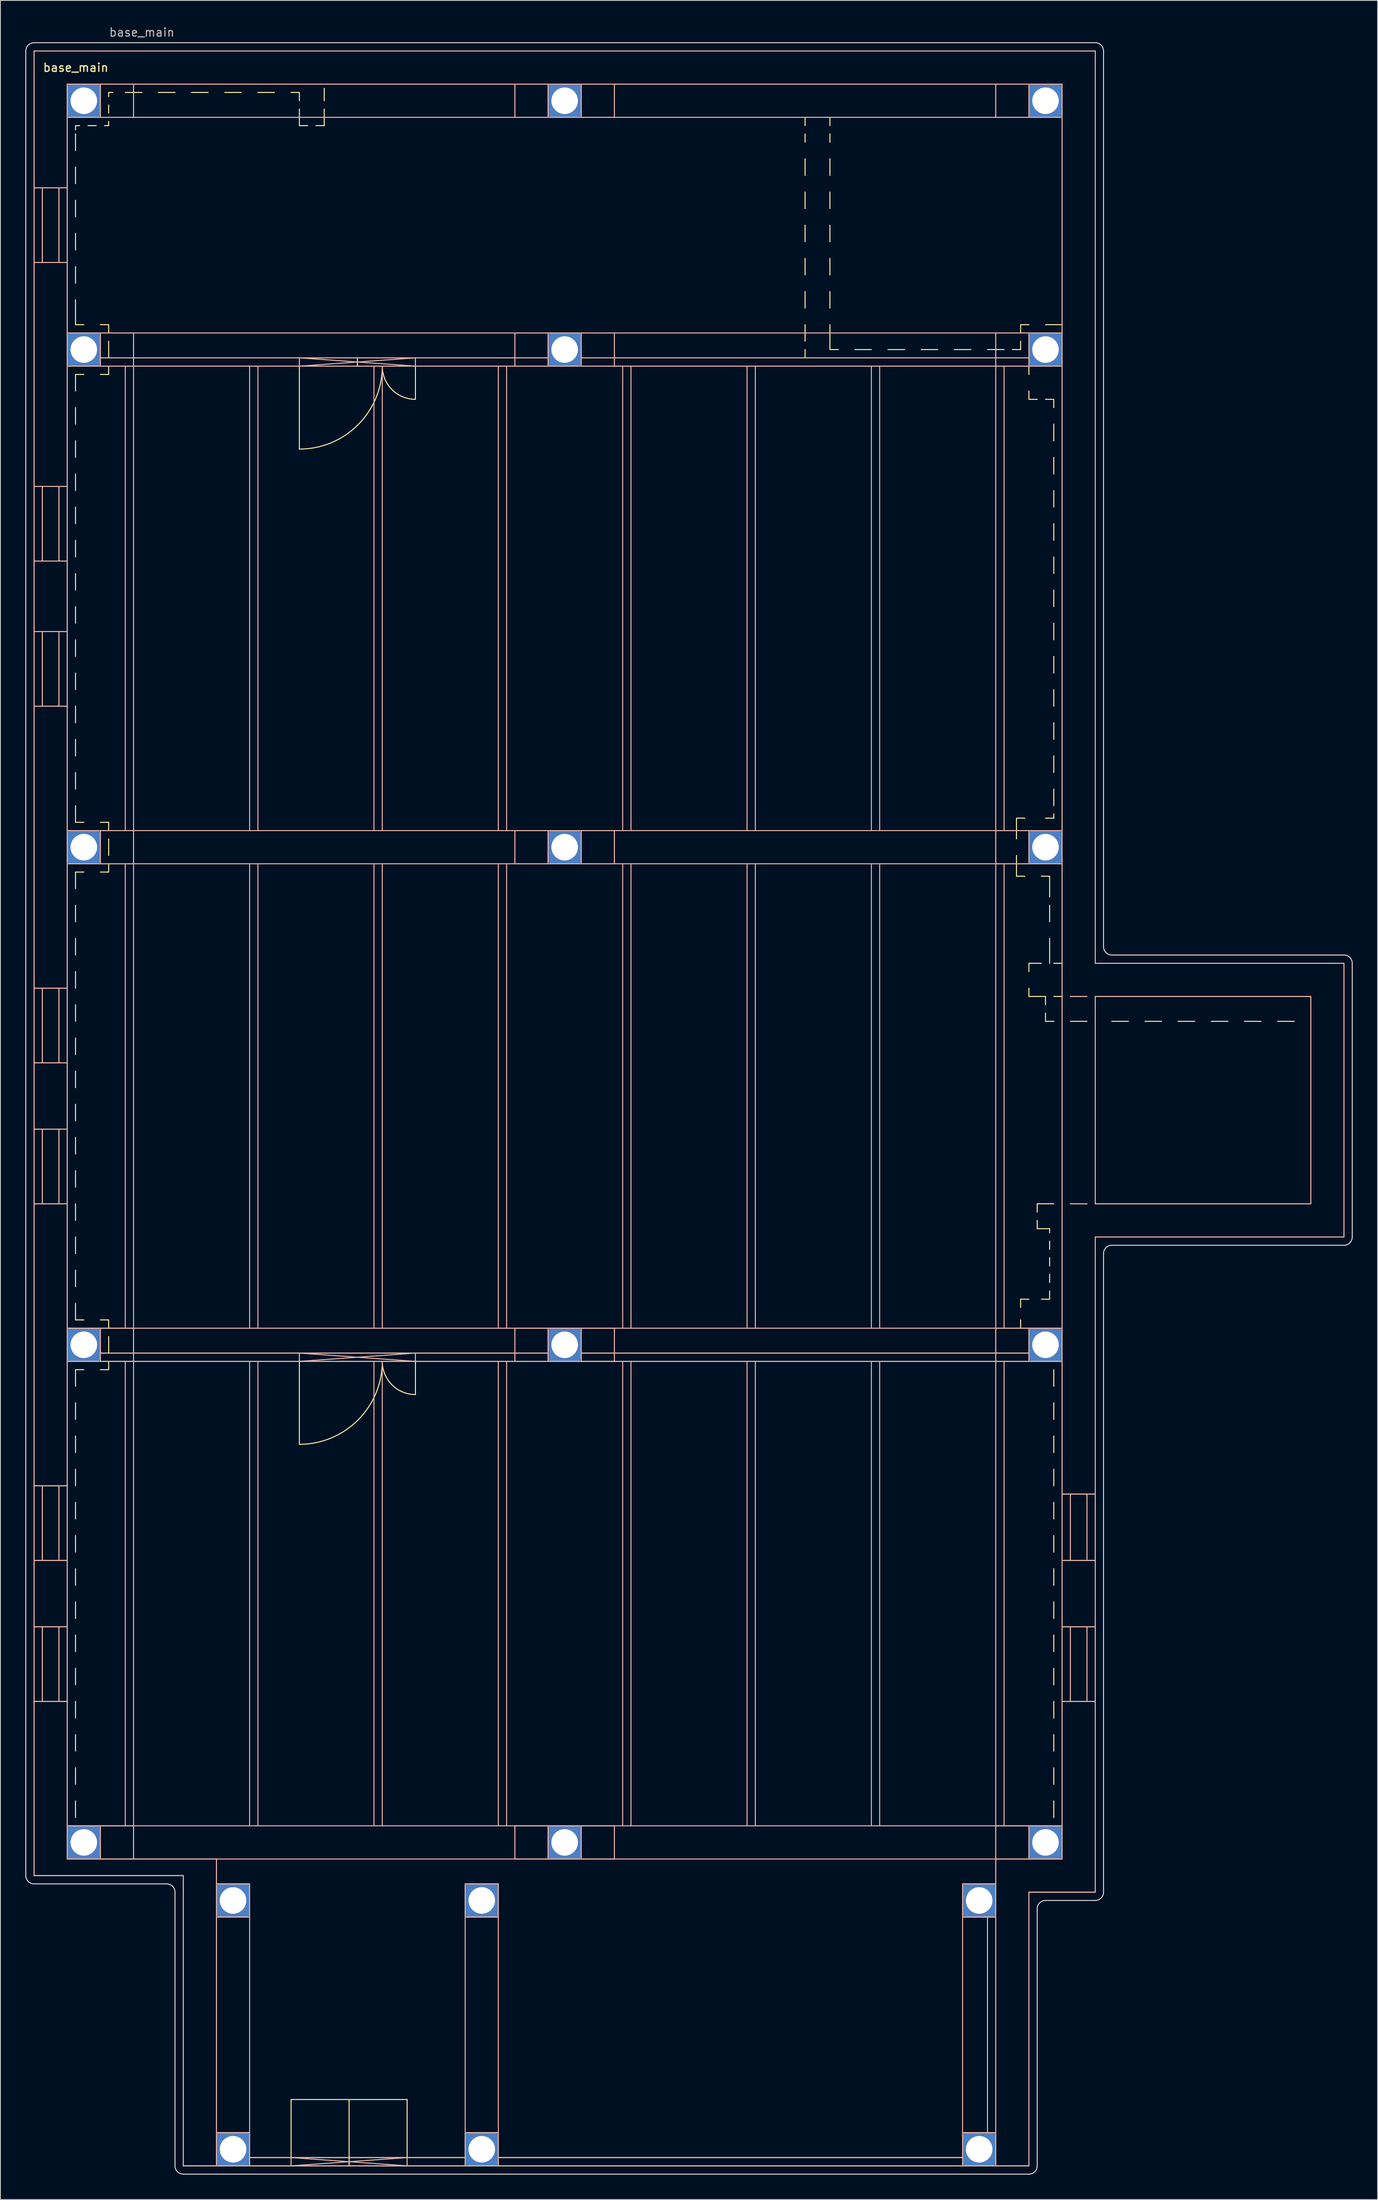
<source format=kicad_pcb>
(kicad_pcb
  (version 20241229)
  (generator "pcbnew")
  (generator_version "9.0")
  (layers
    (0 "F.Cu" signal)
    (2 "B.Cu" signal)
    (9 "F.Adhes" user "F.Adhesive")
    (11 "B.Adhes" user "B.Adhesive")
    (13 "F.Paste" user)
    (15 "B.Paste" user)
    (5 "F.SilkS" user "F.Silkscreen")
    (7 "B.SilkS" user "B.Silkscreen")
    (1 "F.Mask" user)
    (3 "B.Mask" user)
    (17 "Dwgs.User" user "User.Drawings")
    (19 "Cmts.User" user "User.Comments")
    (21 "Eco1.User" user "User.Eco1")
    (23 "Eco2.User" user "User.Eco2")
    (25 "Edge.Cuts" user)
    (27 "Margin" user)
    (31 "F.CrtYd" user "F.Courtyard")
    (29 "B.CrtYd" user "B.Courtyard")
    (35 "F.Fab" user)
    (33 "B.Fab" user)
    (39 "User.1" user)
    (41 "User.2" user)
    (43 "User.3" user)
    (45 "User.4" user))
  (footprint "base_main"
    (layer "F.Cu")
    (at 5.06 7.098)
    (property "Reference" "base_main" (at -3 -2 0) (unlocked yes) (layer "F.SilkS") (effects (font (size 1 1) (thickness 0.15)) (justify left)))
    (attr smd)
    (fp_line (start -4 -4) (end 124 -4) (stroke (width 0.12) (type solid)) (layer "F.SilkS"))
    (fp_line (start -4 216) (end -4 -4) (stroke (width 0.12) (type solid)) (layer "F.SilkS"))
    (fp_line (start -4 216) (end 14 216) (stroke (width 0.12) (type solid)) (layer "F.SilkS"))
    (fp_line (start -3 12.5) (end -3 21.5) (stroke (width 0.12) (type solid)) (layer "F.SilkS"))
    (fp_line (start -3 57.5) (end -3 48.5) (stroke (width 0.12) (type solid)) (layer "F.SilkS"))
    (fp_line (start -3 75) (end -3 66) (stroke (width 0.12) (type solid)) (layer "F.SilkS"))
    (fp_line (start -3 109) (end -3 118) (stroke (width 0.12) (type solid)) (layer "F.SilkS"))
    (fp_line (start -3 135) (end -3 126) (stroke (width 0.12) (type solid)) (layer "F.SilkS"))
    (fp_line (start -3 178) (end -3 169) (stroke (width 0.12) (type solid)) (layer "F.SilkS"))
    (fp_line (start -3 195) (end -3 186) (stroke (width 0.12) (type solid)) (layer "F.SilkS"))
    (fp_line (start -1 12.5) (end -1 21.5) (stroke (width 0.12) (type solid)) (layer "F.SilkS"))
    (fp_line (start -1 48.5) (end -1 57.5) (stroke (width 0.12) (type solid)) (layer "F.SilkS"))
    (fp_line (start -1 66) (end -1 75) (stroke (width 0.12) (type solid)) (layer "F.SilkS"))
    (fp_line (start -1 118) (end -1 109) (stroke (width 0.12) (type solid)) (layer "F.SilkS"))
    (fp_line (start -1 135) (end -1 126) (stroke (width 0.12) (type solid)) (layer "F.SilkS"))
    (fp_line (start -1 178) (end -1 169) (stroke (width 0.12) (type solid)) (layer "F.SilkS"))
    (fp_line (start -1 195) (end -1 186) (stroke (width 0.12) (type solid)) (layer "F.SilkS"))
    (fp_line (start 0 12.5) (end -4 12.5) (stroke (width 0.12) (type solid)) (layer "F.SilkS"))
    (fp_line (start 0 21.5) (end -4 21.5) (stroke (width 0.12) (type solid)) (layer "F.SilkS"))
    (fp_line (start 0 30) (end 0 4) (stroke (width 0.12) (type solid)) (layer "F.SilkS"))
    (fp_line (start 0 48.5) (end -4 48.5) (stroke (width 0.12) (type solid)) (layer "F.SilkS"))
    (fp_line (start 0 57.5) (end -4 57.5) (stroke (width 0.12) (type solid)) (layer "F.SilkS"))
    (fp_line (start 0 66) (end -4 66) (stroke (width 0.12) (type solid)) (layer "F.SilkS"))
    (fp_line (start 0 75) (end -4 75) (stroke (width 0.12) (type solid)) (layer "F.SilkS"))
    (fp_line (start 0 90) (end 0 34) (stroke (width 0.12) (type solid)) (layer "F.SilkS"))
    (fp_line (start 0 109) (end -4 109) (stroke (width 0.12) (type solid)) (layer "F.SilkS"))
    (fp_line (start 0 118) (end -4 118) (stroke (width 0.12) (type solid)) (layer "F.SilkS"))
    (fp_line (start 0 126) (end -4 126) (stroke (width 0.12) (type solid)) (layer "F.SilkS"))
    (fp_line (start 0 135) (end -4 135) (stroke (width 0.12) (type solid)) (layer "F.SilkS"))
    (fp_line (start 0 150) (end 0 94) (stroke (width 0.12) (type solid)) (layer "F.SilkS"))
    (fp_line (start 0 169) (end -4 169) (stroke (width 0.12) (type solid)) (layer "F.SilkS"))
    (fp_line (start 0 178) (end -4 178) (stroke (width 0.12) (type solid)) (layer "F.SilkS"))
    (fp_line (start 0 186) (end -4 186) (stroke (width 0.12) (type solid)) (layer "F.SilkS"))
    (fp_line (start 0 195) (end -4 195) (stroke (width 0.12) (type solid)) (layer "F.SilkS"))
    (fp_line (start 0 210) (end 0 154) (stroke (width 0.12) (type solid)) (layer "F.SilkS"))
    (fp_line (start 1 5) (end 1.5 5) (stroke (width 0.12) (type solid)) (layer "F.SilkS"))
    (fp_line (start 1 5.5) (end 1 5) (stroke (width 0.12) (type solid)) (layer "F.SilkS"))
    (fp_line (start 1 8) (end 1 6) (stroke (width 0.12) (type solid)) (layer "F.SilkS"))
    (fp_line (start 1 12) (end 1 10) (stroke (width 0.12) (type solid)) (layer "F.SilkS"))
    (fp_line (start 1 16) (end 1 14) (stroke (width 0.12) (type solid)) (layer "F.SilkS"))
    (fp_line (start 1 20) (end 1 18) (stroke (width 0.12) (type solid)) (layer "F.SilkS"))
    (fp_line (start 1 24) (end 1 22) (stroke (width 0.12) (type solid)) (layer "F.SilkS"))
    (fp_line (start 1 28) (end 1 26) (stroke (width 0.12) (type solid)) (layer "F.SilkS"))
    (fp_line (start 1 29) (end 1 28) (stroke (width 0.12) (type solid)) (layer "F.SilkS"))
    (fp_line (start 1 35) (end 2 35) (stroke (width 0.12) (type solid)) (layer "F.SilkS"))
    (fp_line (start 1 37) (end 1 35) (stroke (width 0.12) (type solid)) (layer "F.SilkS"))
    (fp_line (start 1 41) (end 1 39) (stroke (width 0.12) (type solid)) (layer "F.SilkS"))
    (fp_line (start 1 45) (end 1 43) (stroke (width 0.12) (type solid)) (layer "F.SilkS"))
    (fp_line (start 1 49) (end 1 47) (stroke (width 0.12) (type solid)) (layer "F.SilkS"))
    (fp_line (start 1 53) (end 1 51) (stroke (width 0.12) (type solid)) (layer "F.SilkS"))
    (fp_line (start 1 57) (end 1 55) (stroke (width 0.12) (type solid)) (layer "F.SilkS"))
    (fp_line (start 1 61) (end 1 59) (stroke (width 0.12) (type solid)) (layer "F.SilkS"))
    (fp_line (start 1 65) (end 1 63) (stroke (width 0.12) (type solid)) (layer "F.SilkS"))
    (fp_line (start 1 69) (end 1 67) (stroke (width 0.12) (type solid)) (layer "F.SilkS"))
    (fp_line (start 1 73) (end 1 71) (stroke (width 0.12) (type solid)) (layer "F.SilkS"))
    (fp_line (start 1 77) (end 1 75) (stroke (width 0.12) (type solid)) (layer "F.SilkS"))
    (fp_line (start 1 81) (end 1 79) (stroke (width 0.12) (type solid)) (layer "F.SilkS"))
    (fp_line (start 1 85) (end 1 83) (stroke (width 0.12) (type solid)) (layer "F.SilkS"))
    (fp_line (start 1 89) (end 1 87) (stroke (width 0.12) (type solid)) (layer "F.SilkS"))
    (fp_line (start 1 89) (end 2 89) (stroke (width 0.12) (type solid)) (layer "F.SilkS"))
    (fp_line (start 1 97) (end 1 95) (stroke (width 0.12) (type solid)) (layer "F.SilkS"))
    (fp_line (start 1 101) (end 1 99) (stroke (width 0.12) (type solid)) (layer "F.SilkS"))
    (fp_line (start 1 105) (end 1 103) (stroke (width 0.12) (type solid)) (layer "F.SilkS"))
    (fp_line (start 1 109) (end 1 107) (stroke (width 0.12) (type solid)) (layer "F.SilkS"))
    (fp_line (start 1 113) (end 1 111) (stroke (width 0.12) (type solid)) (layer "F.SilkS"))
    (fp_line (start 1 117) (end 1 115) (stroke (width 0.12) (type solid)) (layer "F.SilkS"))
    (fp_line (start 1 121) (end 1 119) (stroke (width 0.12) (type solid)) (layer "F.SilkS"))
    (fp_line (start 1 125) (end 1 123) (stroke (width 0.12) (type solid)) (layer "F.SilkS"))
    (fp_line (start 1 127) (end 1 129) (stroke (width 0.12) (type solid)) (layer "F.SilkS"))
    (fp_line (start 1 133) (end 1 131) (stroke (width 0.12) (type solid)) (layer "F.SilkS"))
    (fp_line (start 1 137) (end 1 135) (stroke (width 0.12) (type solid)) (layer "F.SilkS"))
    (fp_line (start 1 141) (end 1 139) (stroke (width 0.12) (type solid)) (layer "F.SilkS"))
    (fp_line (start 1 145) (end 1 143) (stroke (width 0.12) (type solid)) (layer "F.SilkS"))
    (fp_line (start 1 149) (end 1 147) (stroke (width 0.12) (type solid)) (layer "F.SilkS"))
    (fp_line (start 1 149) (end 2 149) (stroke (width 0.12) (type solid)) (layer "F.SilkS"))
    (fp_line (start 1 157) (end 1 155) (stroke (width 0.12) (type solid)) (layer "F.SilkS"))
    (fp_line (start 1 161) (end 1 159) (stroke (width 0.12) (type solid)) (layer "F.SilkS"))
    (fp_line (start 1 165) (end 1 163) (stroke (width 0.12) (type solid)) (layer "F.SilkS"))
    (fp_line (start 1 169) (end 1 167) (stroke (width 0.12) (type solid)) (layer "F.SilkS"))
    (fp_line (start 1 173) (end 1 171) (stroke (width 0.12) (type solid)) (layer "F.SilkS"))
    (fp_line (start 1 177) (end 1 175) (stroke (width 0.12) (type solid)) (layer "F.SilkS"))
    (fp_line (start 1 181) (end 1 179) (stroke (width 0.12) (type solid)) (layer "F.SilkS"))
    (fp_line (start 1 185) (end 1 183) (stroke (width 0.12) (type solid)) (layer "F.SilkS"))
    (fp_line (start 1 189) (end 1 187) (stroke (width 0.12) (type solid)) (layer "F.SilkS"))
    (fp_line (start 1 193) (end 1 191) (stroke (width 0.12) (type solid)) (layer "F.SilkS"))
    (fp_line (start 1 197) (end 1 195) (stroke (width 0.12) (type solid)) (layer "F.SilkS"))
    (fp_line (start 1 201) (end 1 199) (stroke (width 0.12) (type solid)) (layer "F.SilkS"))
    (fp_line (start 1 205) (end 1 203) (stroke (width 0.12) (type solid)) (layer "F.SilkS"))
    (fp_line (start 1 209) (end 1 207) (stroke (width 0.12) (type solid)) (layer "F.SilkS"))
    (fp_line (start 2 29) (end 1 29) (stroke (width 0.12) (type solid)) (layer "F.SilkS"))
    (fp_line (start 2 95) (end 1 95) (stroke (width 0.12) (type solid)) (layer "F.SilkS"))
    (fp_line (start 2 155) (end 1 155) (stroke (width 0.12) (type solid)) (layer "F.SilkS"))
    (fp_line (start 2.5 5) (end 3.5 5) (stroke (width 0.12) (type solid)) (layer "F.SilkS"))
    (fp_line (start 4 0) (end 58 0) (stroke (width 0.12) (type solid)) (layer "F.SilkS"))
    (fp_line (start 4 4) (end 8 4) (stroke (width 0.12) (type solid)) (layer "F.SilkS"))
    (fp_line (start 4 30) (end 8 30) (stroke (width 0.12) (type solid)) (layer "F.SilkS"))
    (fp_line (start 4 34) (end 58 34) (stroke (width 0.12) (type solid)) (layer "F.SilkS"))
    (fp_line (start 4 35) (end 5 35) (stroke (width 0.12) (type solid)) (layer "F.SilkS"))
    (fp_line (start 4 89) (end 5 89) (stroke (width 0.12) (type solid)) (layer "F.SilkS"))
    (fp_line (start 4 90) (end 8 90) (stroke (width 0.12) (type solid)) (layer "F.SilkS"))
    (fp_line (start 4 149) (end 5 149) (stroke (width 0.12) (type solid)) (layer "F.SilkS"))
    (fp_line (start 4 150) (end 8 150) (stroke (width 0.12) (type solid)) (layer "F.SilkS"))
    (fp_line (start 4 154) (end 54 154) (stroke (width 0.12) (type solid)) (layer "F.SilkS"))
    (fp_line (start 4 210) (end 8 210) (stroke (width 0.12) (type solid)) (layer "F.SilkS"))
    (fp_line (start 4.5 5) (end 5 5) (stroke (width 0.12) (type solid)) (layer "F.SilkS"))
    (fp_line (start 5 1) (end 5.5 1) (stroke (width 0.12) (type solid)) (layer "F.SilkS"))
    (fp_line (start 5 1.5) (end 5 1) (stroke (width 0.12) (type solid)) (layer "F.SilkS"))
    (fp_line (start 5 3.5) (end 5 2.5) (stroke (width 0.12) (type solid)) (layer "F.SilkS"))
    (fp_line (start 5 5) (end 5 4.5) (stroke (width 0.12) (type solid)) (layer "F.SilkS"))
    (fp_line (start 5 29) (end 4 29) (stroke (width 0.12) (type solid)) (layer "F.SilkS"))
    (fp_line (start 5 30) (end 5 29) (stroke (width 0.12) (type solid)) (layer "F.SilkS"))
    (fp_line (start 5 33) (end 5 31) (stroke (width 0.12) (type solid)) (layer "F.SilkS"))
    (fp_line (start 5 35) (end 5 34) (stroke (width 0.12) (type solid)) (layer "F.SilkS"))
    (fp_line (start 5 89) (end 5 90) (stroke (width 0.12) (type solid)) (layer "F.SilkS"))
    (fp_line (start 5 91) (end 5 93) (stroke (width 0.12) (type solid)) (layer "F.SilkS"))
    (fp_line (start 5 94) (end 5 95) (stroke (width 0.12) (type solid)) (layer "F.SilkS"))
    (fp_line (start 5 95) (end 4 95) (stroke (width 0.12) (type solid)) (layer "F.SilkS"))
    (fp_line (start 5 149) (end 5 150) (stroke (width 0.12) (type solid)) (layer "F.SilkS"))
    (fp_line (start 5 151) (end 5 153) (stroke (width 0.12) (type solid)) (layer "F.SilkS"))
    (fp_line (start 5 154) (end 5 155) (stroke (width 0.12) (type solid)) (layer "F.SilkS"))
    (fp_line (start 5 155) (end 4 155) (stroke (width 0.12) (type solid)) (layer "F.SilkS"))
    (fp_line (start 7 1) (end 9 1) (stroke (width 0.12) (type solid)) (layer "F.SilkS"))
    (fp_line (start 8 4) (end 8 0) (stroke (width 0.12) (type solid)) (layer "F.SilkS"))
    (fp_line (start 8 30) (end 8 32) (stroke (width 0.12) (type solid)) (layer "F.SilkS"))
    (fp_line (start 8 32) (end 8 34) (stroke (width 0.12) (type solid)) (layer "F.SilkS"))
    (fp_line (start 8 90) (end 8 94) (stroke (width 0.12) (type solid)) (layer "F.SilkS"))
    (fp_line (start 8 94) (end 4 94) (stroke (width 0.12) (type solid)) (layer "F.SilkS"))
    (fp_line (start 8 150) (end 8 151) (stroke (width 0.12) (type solid)) (layer "F.SilkS"))
    (fp_line (start 8 151) (end 8 153) (stroke (width 0.12) (type solid)) (layer "F.SilkS"))
    (fp_line (start 8 153) (end 8 154) (stroke (width 0.12) (type solid)) (layer "F.SilkS"))
    (fp_line (start 8 154) (end 4 154) (stroke (width 0.12) (type solid)) (layer "F.SilkS"))
    (fp_line (start 8 210) (end 8 212) (stroke (width 0.12) (type solid)) (layer "F.SilkS"))
    (fp_line (start 8 212) (end 8 214) (stroke (width 0.12) (type solid)) (layer "F.SilkS"))
    (fp_line (start 8 214) (end 4 214) (stroke (width 0.12) (type solid)) (layer "F.SilkS"))
    (fp_line (start 11 1) (end 13 1) (stroke (width 0.12) (type solid)) (layer "F.SilkS"))
    (fp_line (start 14 216) (end 14 251) (stroke (width 0.12) (type solid)) (layer "F.SilkS"))
    (fp_line (start 15 1) (end 17 1) (stroke (width 0.12) (type solid)) (layer "F.SilkS"))
    (fp_line (start 18 214) (end 8 214) (stroke (width 0.12) (type solid)) (layer "F.SilkS"))
    (fp_line (start 18 217) (end 18 214) (stroke (width 0.12) (type solid)) (layer "F.SilkS"))
    (fp_line (start 18 221) (end 18 247) (stroke (width 0.12) (type solid)) (layer "F.SilkS"))
    (fp_line (start 18 251) (end 14 251) (stroke (width 0.12) (type solid)) (layer "F.SilkS"))
    (fp_line (start 19 1) (end 21 1) (stroke (width 0.12) (type solid)) (layer "F.SilkS"))
    (fp_line (start 22 250) (end 48 250) (stroke (width 0.12) (type solid)) (layer "F.SilkS"))
    (fp_line (start 22 251) (end 48 251) (stroke (width 0.12) (type solid)) (layer "F.SilkS"))
    (fp_line (start 23 1) (end 25 1) (stroke (width 0.12) (type solid)) (layer "F.SilkS"))
    (fp_line (start 27 1) (end 28 1) (stroke (width 0.12) (type solid)) (layer "F.SilkS"))
    (fp_line (start 27 243) (end 27 250) (stroke (width 0.12) (type solid)) (layer "F.SilkS"))
    (fp_line (start 27 250) (end 27 251) (stroke (width 0.12) (type solid)) (layer "F.SilkS"))
    (fp_line (start 28 2) (end 28 1) (stroke (width 0.12) (type solid)) (layer "F.SilkS"))
    (fp_line (start 28 5) (end 28 3) (stroke (width 0.12) (type solid)) (layer "F.SilkS"))
    (fp_line (start 28 33) (end 28 34) (stroke (width 0.12) (type solid)) (layer "F.SilkS"))
    (fp_line (start 28 44) (end 28 34) (stroke (width 0.12) (type solid)) (layer "F.SilkS"))
    (fp_line (start 28 154) (end 28 153) (stroke (width 0.12) (type solid)) (layer "F.SilkS"))
    (fp_line (start 28 164) (end 28 154) (stroke (width 0.12) (type solid)) (layer "F.SilkS"))
    (fp_line (start 29 5) (end 28 5) (stroke (width 0.12) (type solid)) (layer "F.SilkS"))
    (fp_line (start 31 0.5) (end 31 1) (stroke (width 0.12) (type solid)) (layer "F.SilkS"))
    (fp_line (start 31 1) (end 31 2) (stroke (width 0.12) (type solid)) (layer "F.SilkS"))
    (fp_line (start 31 3) (end 31 5) (stroke (width 0.12) (type solid)) (layer "F.SilkS"))
    (fp_line (start 31 5) (end 30 5) (stroke (width 0.12) (type solid)) (layer "F.SilkS"))
    (fp_line (start 34 243) (end 34 251) (stroke (width 0.12) (type solid)) (layer "F.SilkS"))
    (fp_line (start 35 33) (end 35 34) (stroke (width 0.12) (type solid)) (layer "F.SilkS"))
    (fp_line (start 41 243) (end 27 243) (stroke (width 0.12) (type solid)) (layer "F.SilkS"))
    (fp_line (start 41 250) (end 41 243) (stroke (width 0.12) (type solid)) (layer "F.SilkS"))
    (fp_line (start 41 250) (end 41 251) (stroke (width 0.12) (type solid)) (layer "F.SilkS"))
    (fp_line (start 42 33) (end 42 34) (stroke (width 0.12) (type solid)) (layer "F.SilkS"))
    (fp_line (start 42 38) (end 42 34) (stroke (width 0.12) (type solid)) (layer "F.SilkS"))
    (fp_line (start 42 153) (end 42 154) (stroke (width 0.12) (type solid)) (layer "F.SilkS"))
    (fp_line (start 42 154) (end 42 158) (stroke (width 0.12) (type solid)) (layer "F.SilkS"))
    (fp_line (start 52 251) (end 108 251) (stroke (width 0.12) (type solid)) (layer "F.SilkS"))
    (fp_line (start 54 0) (end 54 4) (stroke (width 0.12) (type solid)) (layer "F.SilkS"))
    (fp_line (start 54 4) (end 58 4) (stroke (width 0.12) (type solid)) (layer "F.SilkS"))
    (fp_line (start 54 30) (end 54 32) (stroke (width 0.12) (type solid)) (layer "F.SilkS"))
    (fp_line (start 54 32) (end 54 34) (stroke (width 0.12) (type solid)) (layer "F.SilkS"))
    (fp_line (start 54 90) (end 54 94) (stroke (width 0.12) (type solid)) (layer "F.SilkS"))
    (fp_line (start 54 94) (end 58 94) (stroke (width 0.12) (type solid)) (layer "F.SilkS"))
    (fp_line (start 54 150) (end 54 151) (stroke (width 0.12) (type solid)) (layer "F.SilkS"))
    (fp_line (start 54 151) (end 54 153) (stroke (width 0.12) (type solid)) (layer "F.SilkS"))
    (fp_line (start 54 153) (end 54 154) (stroke (width 0.12) (type solid)) (layer "F.SilkS"))
    (fp_line (start 54 154) (end 58 154) (stroke (width 0.12) (type solid)) (layer "F.SilkS"))
    (fp_line (start 54 210) (end 58 210) (stroke (width 0.12) (type solid)) (layer "F.SilkS"))
    (fp_line (start 54 214) (end 54 210) (stroke (width 0.12) (type solid)) (layer "F.SilkS"))
    (fp_line (start 58 30) (end 54 30) (stroke (width 0.12) (type solid)) (layer "F.SilkS"))
    (fp_line (start 58 33) (end 4 33) (stroke (width 0.12) (type solid)) (layer "F.SilkS"))
    (fp_line (start 58 90) (end 54 90) (stroke (width 0.12) (type solid)) (layer "F.SilkS"))
    (fp_line (start 58 150) (end 54 150) (stroke (width 0.12) (type solid)) (layer "F.SilkS"))
    (fp_line (start 58 153) (end 4 153) (stroke (width 0.12) (type solid)) (layer "F.SilkS"))
    (fp_line (start 58 214) (end 54 214) (stroke (width 0.12) (type solid)) (layer "F.SilkS"))
    (fp_line (start 62 0) (end 116 0) (stroke (width 0.12) (type solid)) (layer "F.SilkS"))
    (fp_line (start 62 4) (end 66 4) (stroke (width 0.12) (type solid)) (layer "F.SilkS"))
    (fp_line (start 62 30) (end 66 30) (stroke (width 0.12) (type solid)) (layer "F.SilkS"))
    (fp_line (start 62 34) (end 116 34) (stroke (width 0.12) (type solid)) (layer "F.SilkS"))
    (fp_line (start 62 90) (end 66 90) (stroke (width 0.12) (type solid)) (layer "F.SilkS"))
    (fp_line (start 62 94) (end 66 94) (stroke (width 0.12) (type solid)) (layer "F.SilkS"))
    (fp_line (start 62 154) (end 66 154) (stroke (width 0.12) (type solid)) (layer "F.SilkS"))
    (fp_line (start 62 154) (end 112 154) (stroke (width 0.12) (type solid)) (layer "F.SilkS"))
    (fp_line (start 62 210) (end 66 210) (stroke (width 0.12) (type solid)) (layer "F.SilkS"))
    (fp_line (start 66 4) (end 66 0) (stroke (width 0.12) (type solid)) (layer "F.SilkS"))
    (fp_line (start 66 30) (end 66 32) (stroke (width 0.12) (type solid)) (layer "F.SilkS"))
    (fp_line (start 66 32) (end 66 34) (stroke (width 0.12) (type solid)) (layer "F.SilkS"))
    (fp_line (start 66 90) (end 66 94) (stroke (width 0.12) (type solid)) (layer "F.SilkS"))
    (fp_line (start 66 150) (end 62 150) (stroke (width 0.12) (type solid)) (layer "F.SilkS"))
    (fp_line (start 66 151) (end 66 150) (stroke (width 0.12) (type solid)) (layer "F.SilkS"))
    (fp_line (start 66 151) (end 66 153) (stroke (width 0.12) (type solid)) (layer "F.SilkS"))
    (fp_line (start 66 154) (end 66 153) (stroke (width 0.12) (type solid)) (layer "F.SilkS"))
    (fp_line (start 66 210) (end 66 214) (stroke (width 0.12) (type solid)) (layer "F.SilkS"))
    (fp_line (start 66 214) (end 62 214) (stroke (width 0.12) (type solid)) (layer "F.SilkS"))
    (fp_line (start 89 4) (end 90 4) (stroke (width 0.12) (type solid)) (layer "F.SilkS"))
    (fp_line (start 89 5) (end 89 4) (stroke (width 0.12) (type solid)) (layer "F.SilkS"))
    (fp_line (start 89 6) (end 89 7) (stroke (width 0.12) (type solid)) (layer "F.SilkS"))
    (fp_line (start 89 9) (end 89 11) (stroke (width 0.12) (type solid)) (layer "F.SilkS"))
    (fp_line (start 89 13) (end 89 15) (stroke (width 0.12) (type solid)) (layer "F.SilkS"))
    (fp_line (start 89 17) (end 89 19) (stroke (width 0.12) (type solid)) (layer "F.SilkS"))
    (fp_line (start 89 21) (end 89 23) (stroke (width 0.12) (type solid)) (layer "F.SilkS"))
    (fp_line (start 89 25) (end 89 27) (stroke (width 0.12) (type solid)) (layer "F.SilkS"))
    (fp_line (start 89 29) (end 89 31) (stroke (width 0.12) (type solid)) (layer "F.SilkS"))
    (fp_line (start 89 32) (end 89 33) (stroke (width 0.12) (type solid)) (layer "F.SilkS"))
    (fp_line (start 91 4) (end 92 4) (stroke (width 0.12) (type solid)) (layer "F.SilkS"))
    (fp_line (start 92 4) (end 92 5) (stroke (width 0.12) (type solid)) (layer "F.SilkS"))
    (fp_line (start 92 6) (end 92 7) (stroke (width 0.12) (type solid)) (layer "F.SilkS"))
    (fp_line (start 92 9) (end 92 11) (stroke (width 0.12) (type solid)) (layer "F.SilkS"))
    (fp_line (start 92 13) (end 92 15) (stroke (width 0.12) (type solid)) (layer "F.SilkS"))
    (fp_line (start 92 17) (end 92 19) (stroke (width 0.12) (type solid)) (layer "F.SilkS"))
    (fp_line (start 92 21) (end 92 23) (stroke (width 0.12) (type solid)) (layer "F.SilkS"))
    (fp_line (start 92 25) (end 92 27) (stroke (width 0.12) (type solid)) (layer "F.SilkS"))
    (fp_line (start 92 29) (end 92 32) (stroke (width 0.12) (type solid)) (layer "F.SilkS"))
    (fp_line (start 92 32) (end 93 32) (stroke (width 0.12) (type solid)) (layer "F.SilkS"))
    (fp_line (start 95 32) (end 97 32) (stroke (width 0.12) (type solid)) (layer "F.SilkS"))
    (fp_line (start 99 32) (end 101 32) (stroke (width 0.12) (type solid)) (layer "F.SilkS"))
    (fp_line (start 103 32) (end 105 32) (stroke (width 0.12) (type solid)) (layer "F.SilkS"))
    (fp_line (start 107 32) (end 109 32) (stroke (width 0.12) (type solid)) (layer "F.SilkS"))
    (fp_line (start 108 250) (end 52 250) (stroke (width 0.12) (type solid)) (layer "F.SilkS"))
    (fp_line (start 111 32) (end 113 32) (stroke (width 0.12) (type solid)) (layer "F.SilkS"))
    (fp_line (start 111 247) (end 111 221) (stroke (width 0.12) (type solid)) (layer "F.SilkS"))
    (fp_line (start 112 0) (end 112 4) (stroke (width 0.12) (type solid)) (layer "F.SilkS"))
    (fp_line (start 112 4) (end 116 4) (stroke (width 0.12) (type solid)) (layer "F.SilkS"))
    (fp_line (start 112 30) (end 112 32) (stroke (width 0.12) (type solid)) (layer "F.SilkS"))
    (fp_line (start 112 32) (end 112 34) (stroke (width 0.12) (type solid)) (layer "F.SilkS"))
    (fp_line (start 112 90) (end 112 94) (stroke (width 0.12) (type solid)) (layer "F.SilkS"))
    (fp_line (start 112 94) (end 116 94) (stroke (width 0.12) (type solid)) (layer "F.SilkS"))
    (fp_line (start 112 150) (end 112 151) (stroke (width 0.12) (type solid)) (layer "F.SilkS"))
    (fp_line (start 112 151) (end 112 153) (stroke (width 0.12) (type solid)) (layer "F.SilkS"))
    (fp_line (start 112 153) (end 112 154) (stroke (width 0.12) (type solid)) (layer "F.SilkS"))
    (fp_line (start 112 154) (end 116 154) (stroke (width 0.12) (type solid)) (layer "F.SilkS"))
    (fp_line (start 112 210) (end 112 212) (stroke (width 0.12) (type solid)) (layer "F.SilkS"))
    (fp_line (start 112 212) (end 112 214) (stroke (width 0.12) (type solid)) (layer "F.SilkS"))
    (fp_line (start 112 214) (end 112 214) (stroke (width 0.12) (type solid)) (layer "F.SilkS"))
    (fp_line (start 112 214) (end 112 217) (stroke (width 0.12) (type solid)) (layer "F.SilkS"))
    (fp_line (start 112 214) (end 116 214) (stroke (width 0.12) (type solid)) (layer "F.SilkS"))
    (fp_line (start 112 251) (end 116 251) (stroke (width 0.12) (type solid)) (layer "F.SilkS"))
    (fp_line (start 114 32) (end 115 32) (stroke (width 0.12) (type solid)) (layer "F.SilkS"))
    (fp_line (start 114.5 88.5) (end 114.5 91) (stroke (width 0.12) (type solid)) (layer "F.SilkS"))
    (fp_line (start 114.5 88.5) (end 115.5 88.5) (stroke (width 0.12) (type solid)) (layer "F.SilkS"))
    (fp_line (start 114.5 93) (end 114.5 95.5) (stroke (width 0.12) (type solid)) (layer "F.SilkS"))
    (fp_line (start 114.5 95.5) (end 115.5 95.5) (stroke (width 0.12) (type solid)) (layer "F.SilkS"))
    (fp_line (start 115 29) (end 116 29) (stroke (width 0.12) (type solid)) (layer "F.SilkS"))
    (fp_line (start 115 30) (end 115 29) (stroke (width 0.12) (type solid)) (layer "F.SilkS"))
    (fp_line (start 115 32) (end 115 31) (stroke (width 0.12) (type solid)) (layer "F.SilkS"))
    (fp_line (start 115 146.5) (end 115 147.5) (stroke (width 0.12) (type solid)) (layer "F.SilkS"))
    (fp_line (start 115 146.5) (end 116 146.5) (stroke (width 0.12) (type solid)) (layer "F.SilkS"))
    (fp_line (start 115 149) (end 115 150) (stroke (width 0.12) (type solid)) (layer "F.SilkS"))
    (fp_line (start 116 30) (end 112 30) (stroke (width 0.12) (type solid)) (layer "F.SilkS"))
    (fp_line (start 116 33) (end 62 33) (stroke (width 0.12) (type solid)) (layer "F.SilkS"))
    (fp_line (start 116 34) (end 116 35) (stroke (width 0.12) (type solid)) (layer "F.SilkS"))
    (fp_line (start 116 37) (end 116 38) (stroke (width 0.12) (type solid)) (layer "F.SilkS"))
    (fp_line (start 116 38) (end 117 38) (stroke (width 0.12) (type solid)) (layer "F.SilkS"))
    (fp_line (start 116 90) (end 112 90) (stroke (width 0.12) (type solid)) (layer "F.SilkS"))
    (fp_line (start 116 106) (end 117.5 106) (stroke (width 0.12) (type solid)) (layer "F.SilkS"))
    (fp_line (start 116 107) (end 116 106) (stroke (width 0.12) (type solid)) (layer "F.SilkS"))
    (fp_line (start 116 110) (end 116 109) (stroke (width 0.12) (type solid)) (layer "F.SilkS"))
    (fp_line (start 116 150) (end 112 150) (stroke (width 0.12) (type solid)) (layer "F.SilkS"))
    (fp_line (start 116 153) (end 62 153) (stroke (width 0.12) (type solid)) (layer "F.SilkS"))
    (fp_line (start 116 210) (end 112 210) (stroke (width 0.12) (type solid)) (layer "F.SilkS"))
    (fp_line (start 116 218) (end 116 251) (stroke (width 0.12) (type solid)) (layer "F.SilkS"))
    (fp_line (start 117 110) (end 116 110) (stroke (width 0.12) (type solid)) (layer "F.SilkS"))
    (fp_line (start 117 110) (end 118 110) (stroke (width 0.12) (type solid)) (layer "F.SilkS"))
    (fp_line (start 117 135) (end 117 136) (stroke (width 0.12) (type solid)) (layer "F.SilkS"))
    (fp_line (start 117 137) (end 117 138) (stroke (width 0.12) (type solid)) (layer "F.SilkS"))
    (fp_line (start 117 138) (end 118.5 138) (stroke (width 0.12) (type solid)) (layer "F.SilkS"))
    (fp_line (start 117.5 95.5) (end 118.5 95.5) (stroke (width 0.12) (type solid)) (layer "F.SilkS"))
    (fp_line (start 118 29) (end 120 29) (stroke (width 0.12) (type solid)) (layer "F.SilkS"))
    (fp_line (start 118 110) (end 118 111) (stroke (width 0.12) (type solid)) (layer "F.SilkS"))
    (fp_line (start 118 113) (end 118 112) (stroke (width 0.12) (type solid)) (layer "F.SilkS"))
    (fp_line (start 118.5 95.5) (end 118.5 98) (stroke (width 0.12) (type solid)) (layer "F.SilkS"))
    (fp_line (start 118.5 99) (end 118.5 101) (stroke (width 0.12) (type solid)) (layer "F.SilkS"))
    (fp_line (start 118.5 103) (end 118.5 106) (stroke (width 0.12) (type solid)) (layer "F.SilkS"))
    (fp_line (start 118.5 138.5) (end 118.5 138) (stroke (width 0.12) (type solid)) (layer "F.SilkS"))
    (fp_line (start 118.5 140.5) (end 118.5 139.5) (stroke (width 0.12) (type solid)) (layer "F.SilkS"))
    (fp_line (start 118.5 142.5) (end 118.5 141.5) (stroke (width 0.12) (type solid)) (layer "F.SilkS"))
    (fp_line (start 118.5 144.5) (end 118.5 143.5) (stroke (width 0.12) (type solid)) (layer "F.SilkS"))
    (fp_line (start 118.5 146.5) (end 117.5 146.5) (stroke (width 0.12) (type solid)) (layer "F.SilkS"))
    (fp_line (start 118.5 146.5) (end 118.5 145.5) (stroke (width 0.12) (type solid)) (layer "F.SilkS"))
    (fp_line (start 119 38) (end 118 38) (stroke (width 0.12) (type solid)) (layer "F.SilkS"))
    (fp_line (start 119 39) (end 119 38) (stroke (width 0.12) (type solid)) (layer "F.SilkS"))
    (fp_line (start 119 43) (end 119 41) (stroke (width 0.12) (type solid)) (layer "F.SilkS"))
    (fp_line (start 119 47) (end 119 45) (stroke (width 0.12) (type solid)) (layer "F.SilkS"))
    (fp_line (start 119 51) (end 119 49) (stroke (width 0.12) (type solid)) (layer "F.SilkS"))
    (fp_line (start 119 55) (end 119 53) (stroke (width 0.12) (type solid)) (layer "F.SilkS"))
    (fp_line (start 119 59) (end 119 57) (stroke (width 0.12) (type solid)) (layer "F.SilkS"))
    (fp_line (start 119 63) (end 119 61) (stroke (width 0.12) (type solid)) (layer "F.SilkS"))
    (fp_line (start 119 67) (end 119 65) (stroke (width 0.12) (type solid)) (layer "F.SilkS"))
    (fp_line (start 119 71) (end 119 69) (stroke (width 0.12) (type solid)) (layer "F.SilkS"))
    (fp_line (start 119 75) (end 119 73) (stroke (width 0.12) (type solid)) (layer "F.SilkS"))
    (fp_line (start 119 79) (end 119 77) (stroke (width 0.12) (type solid)) (layer "F.SilkS"))
    (fp_line (start 119 83) (end 119 81) (stroke (width 0.12) (type solid)) (layer "F.SilkS"))
    (fp_line (start 119 87) (end 119 85) (stroke (width 0.12) (type solid)) (layer "F.SilkS"))
    (fp_line (start 119 88.5) (end 118 88.5) (stroke (width 0.12) (type solid)) (layer "F.SilkS"))
    (fp_line (start 119 88.5) (end 119 88) (stroke (width 0.12) (type solid)) (layer "F.SilkS"))
    (fp_line (start 119 106) (end 120 106) (stroke (width 0.12) (type solid)) (layer "F.SilkS"))
    (fp_line (start 119 110) (end 120 110) (stroke (width 0.12) (type solid)) (layer "F.SilkS"))
    (fp_line (start 119 113) (end 118 113) (stroke (width 0.12) (type solid)) (layer "F.SilkS"))
    (fp_line (start 119 135) (end 117 135) (stroke (width 0.12) (type solid)) (layer "F.SilkS"))
    (fp_line (start 119 157) (end 119 155) (stroke (width 0.12) (type solid)) (layer "F.SilkS"))
    (fp_line (start 119 161) (end 119 159) (stroke (width 0.12) (type solid)) (layer "F.SilkS"))
    (fp_line (start 119 165) (end 119 163) (stroke (width 0.12) (type solid)) (layer "F.SilkS"))
    (fp_line (start 119 169) (end 119 167) (stroke (width 0.12) (type solid)) (layer "F.SilkS"))
    (fp_line (start 119 173) (end 119 171) (stroke (width 0.12) (type solid)) (layer "F.SilkS"))
    (fp_line (start 119 177) (end 119 175) (stroke (width 0.12) (type solid)) (layer "F.SilkS"))
    (fp_line (start 119 181) (end 119 179) (stroke (width 0.12) (type solid)) (layer "F.SilkS"))
    (fp_line (start 119 185) (end 119 183) (stroke (width 0.12) (type solid)) (layer "F.SilkS"))
    (fp_line (start 119 189) (end 119 187) (stroke (width 0.12) (type solid)) (layer "F.SilkS"))
    (fp_line (start 119 193) (end 119 191) (stroke (width 0.12) (type solid)) (layer "F.SilkS"))
    (fp_line (start 119 197) (end 119 195) (stroke (width 0.12) (type solid)) (layer "F.SilkS"))
    (fp_line (start 119 201) (end 119 199) (stroke (width 0.12) (type solid)) (layer "F.SilkS"))
    (fp_line (start 119 205) (end 119 203) (stroke (width 0.12) (type solid)) (layer "F.SilkS"))
    (fp_line (start 119 209) (end 119 207) (stroke (width 0.12) (type solid)) (layer "F.SilkS"))
    (fp_line (start 120 4) (end 120 30) (stroke (width 0.12) (type solid)) (layer "F.SilkS"))
    (fp_line (start 120 34) (end 120 90) (stroke (width 0.12) (type solid)) (layer "F.SilkS"))
    (fp_line (start 120 109) (end 120 94) (stroke (width 0.12) (type solid)) (layer "F.SilkS"))
    (fp_line (start 120 135) (end 120 109) (stroke (width 0.12) (type solid)) (layer "F.SilkS"))
    (fp_line (start 120 135) (end 120 150) (stroke (width 0.12) (type solid)) (layer "F.SilkS"))
    (fp_line (start 120 154) (end 120 178) (stroke (width 0.12) (type solid)) (layer "F.SilkS"))
    (fp_line (start 120 154) (end 120 210) (stroke (width 0.12) (type solid)) (layer "F.SilkS"))
    (fp_line (start 120 170) (end 124 170) (stroke (width 0.12) (type solid)) (layer "F.SilkS"))
    (fp_line (start 120 178) (end 124 178) (stroke (width 0.12) (type solid)) (layer "F.SilkS"))
    (fp_line (start 120 186) (end 124 186) (stroke (width 0.12) (type solid)) (layer "F.SilkS"))
    (fp_line (start 120 195) (end 124 195) (stroke (width 0.12) (type solid)) (layer "F.SilkS"))
    (fp_line (start 121 170) (end 121 178) (stroke (width 0.12) (type solid)) (layer "F.SilkS"))
    (fp_line (start 121 186) (end 121 195) (stroke (width 0.12) (type solid)) (layer "F.SilkS"))
    (fp_line (start 123 110) (end 121 110) (stroke (width 0.12) (type solid)) (layer "F.SilkS"))
    (fp_line (start 123 113) (end 121 113) (stroke (width 0.12) (type solid)) (layer "F.SilkS"))
    (fp_line (start 123 135) (end 121 135) (stroke (width 0.12) (type solid)) (layer "F.SilkS"))
    (fp_line (start 123 170) (end 123 178) (stroke (width 0.12) (type solid)) (layer "F.SilkS"))
    (fp_line (start 123 186) (end 123 195) (stroke (width 0.12) (type solid)) (layer "F.SilkS"))
    (fp_line (start 124 -4) (end 124 106) (stroke (width 0.12) (type solid)) (layer "F.SilkS"))
    (fp_line (start 124 106) (end 154 106) (stroke (width 0.12) (type solid)) (layer "F.SilkS"))
    (fp_line (start 124 110) (end 124 135) (stroke (width 0.12) (type solid)) (layer "F.SilkS"))
    (fp_line (start 124 110) (end 150 110) (stroke (width 0.12) (type solid)) (layer "F.SilkS"))
    (fp_line (start 124 139) (end 124 218) (stroke (width 0.12) (type solid)) (layer "F.SilkS"))
    (fp_line (start 124 218) (end 116 218) (stroke (width 0.12) (type solid)) (layer "F.SilkS"))
    (fp_line (start 128 113) (end 126 113) (stroke (width 0.12) (type solid)) (layer "F.SilkS"))
    (fp_line (start 132 113) (end 130 113) (stroke (width 0.12) (type solid)) (layer "F.SilkS"))
    (fp_line (start 136 113) (end 134 113) (stroke (width 0.12) (type solid)) (layer "F.SilkS"))
    (fp_line (start 140 113) (end 138 113) (stroke (width 0.12) (type solid)) (layer "F.SilkS"))
    (fp_line (start 144 113) (end 142 113) (stroke (width 0.12) (type solid)) (layer "F.SilkS"))
    (fp_line (start 148 113) (end 146 113) (stroke (width 0.12) (type solid)) (layer "F.SilkS"))
    (fp_line (start 150 110) (end 150 135) (stroke (width 0.12) (type solid)) (layer "F.SilkS"))
    (fp_line (start 150 135) (end 124 135) (stroke (width 0.12) (type solid)) (layer "F.SilkS"))
    (fp_line (start 154 106) (end 154 139) (stroke (width 0.12) (type solid)) (layer "F.SilkS"))
    (fp_line (start 154 139) (end 124 139) (stroke (width 0.12) (type solid)) (layer "F.SilkS"))
    (fp_rect (start 0 0) (end 4 4) (stroke (width 0.12) (type solid)) (fill no) (layer "F.SilkS"))
    (fp_rect (start 0 30) (end 4 34) (stroke (width 0.12) (type solid)) (fill no) (layer "F.SilkS"))
    (fp_rect (start 0 90) (end 4 94) (stroke (width 0.12) (type solid)) (fill no) (layer "F.SilkS"))
    (fp_rect (start 0 150) (end 4 154) (stroke (width 0.12) (type solid)) (fill no) (layer "F.SilkS"))
    (fp_rect (start 0 210) (end 4 214) (stroke (width 0.12) (type solid)) (fill no) (layer "F.SilkS"))
    (fp_rect (start 18 217) (end 22 221) (stroke (width 0.12) (type solid)) (fill no) (layer "F.SilkS"))
    (fp_rect (start 18 247) (end 22 251) (stroke (width 0.12) (type solid)) (fill no) (layer "F.SilkS"))
    (fp_rect (start 48 217) (end 52 221) (stroke (width 0.12) (type solid)) (fill no) (layer "F.SilkS"))
    (fp_rect (start 48 247) (end 52 251) (stroke (width 0.12) (type solid)) (fill no) (layer "F.SilkS"))
    (fp_rect (start 58 0) (end 62 4) (stroke (width 0.12) (type solid)) (fill no) (layer "F.SilkS"))
    (fp_rect (start 58 30) (end 62 34) (stroke (width 0.12) (type solid)) (fill no) (layer "F.SilkS"))
    (fp_rect (start 58 90) (end 62 94) (stroke (width 0.12) (type solid)) (fill no) (layer "F.SilkS"))
    (fp_rect (start 58 150) (end 62 154) (stroke (width 0.12) (type solid)) (fill no) (layer "F.SilkS"))
    (fp_rect (start 58 210) (end 62 214) (stroke (width 0.12) (type solid)) (fill no) (layer "F.SilkS"))
    (fp_rect (start 108 217) (end 112 221) (stroke (width 0.12) (type solid)) (fill no) (layer "F.SilkS"))
    (fp_rect (start 108 247) (end 112 251) (stroke (width 0.12) (type solid)) (fill no) (layer "F.SilkS"))
    (fp_rect (start 116 0) (end 120 4) (stroke (width 0.12) (type solid)) (fill no) (layer "F.SilkS"))
    (fp_rect (start 116 30) (end 120 34) (stroke (width 0.12) (type solid)) (fill no) (layer "F.SilkS"))
    (fp_rect (start 116 90) (end 120 94) (stroke (width 0.12) (type solid)) (fill no) (layer "F.SilkS"))
    (fp_rect (start 116 150) (end 120 154) (stroke (width 0.12) (type solid)) (fill no) (layer "F.SilkS"))
    (fp_rect (start 116 210) (end 120 214) (stroke (width 0.12) (type solid)) (fill no) (layer "F.SilkS"))
    (fp_arc (start 38 34) (mid 35.071068 41.071068) (end 28 44) (stroke (width 0.12) (type solid)) (layer "F.SilkS"))
    (fp_arc (start 38 154) (mid 35.071068 161.071068) (end 28 164) (stroke (width 0.12) (type solid)) (layer "F.SilkS"))
    (fp_arc (start 42 38) (mid 39.171573 36.828427) (end 38 34) (stroke (width 0.12) (type solid)) (layer "F.SilkS"))
    (fp_arc (start 42 158) (mid 39.171573 156.828427) (end 38 154) (stroke (width 0.12) (type solid)) (layer "F.SilkS"))
    (fp_line (start -4 -4) (end 124 -4) (stroke (width 0.12) (type solid)) (layer "B.SilkS"))
    (fp_line (start -4 109) (end 0 109) (stroke (width 0.12) (type solid)) (layer "B.SilkS"))
    (fp_line (start -4 118) (end 0 118) (stroke (width 0.12) (type solid)) (layer "B.SilkS"))
    (fp_line (start -4 169) (end 0 169) (stroke (width 0.12) (type solid)) (layer "B.SilkS"))
    (fp_line (start -4 178) (end 0 178) (stroke (width 0.12) (type solid)) (layer "B.SilkS"))
    (fp_line (start -4 186) (end 0 186) (stroke (width 0.12) (type solid)) (layer "B.SilkS"))
    (fp_line (start -4 195) (end 0 195) (stroke (width 0.12) (type solid)) (layer "B.SilkS"))
    (fp_line (start -4 216) (end -4 -4) (stroke (width 0.12) (type solid)) (layer "B.SilkS"))
    (fp_line (start -3 12.5) (end -3 21.5) (stroke (width 0.12) (type solid)) (layer "B.SilkS"))
    (fp_line (start -3 48.5) (end -3 57.5) (stroke (width 0.12) (type solid)) (layer "B.SilkS"))
    (fp_line (start -3 66) (end -3 75) (stroke (width 0.12) (type solid)) (layer "B.SilkS"))
    (fp_line (start -3 118) (end -3 109) (stroke (width 0.12) (type solid)) (layer "B.SilkS"))
    (fp_line (start -3 126) (end -3 135) (stroke (width 0.12) (type solid)) (layer "B.SilkS"))
    (fp_line (start -3 169) (end -3 178) (stroke (width 0.12) (type solid)) (layer "B.SilkS"))
    (fp_line (start -3 186) (end -3 195) (stroke (width 0.12) (type solid)) (layer "B.SilkS"))
    (fp_line (start -1 12.5) (end -1 21.5) (stroke (width 0.12) (type solid)) (layer "B.SilkS"))
    (fp_line (start -1 48.5) (end -1 57.5) (stroke (width 0.12) (type solid)) (layer "B.SilkS"))
    (fp_line (start -1 66) (end -1 75) (stroke (width 0.12) (type solid)) (layer "B.SilkS"))
    (fp_line (start -1 118) (end -1 109) (stroke (width 0.12) (type solid)) (layer "B.SilkS"))
    (fp_line (start -1 126) (end -1 135) (stroke (width 0.12) (type solid)) (layer "B.SilkS"))
    (fp_line (start -1 169) (end -1 178) (stroke (width 0.12) (type solid)) (layer "B.SilkS"))
    (fp_line (start -1 186) (end -1 195) (stroke (width 0.12) (type solid)) (layer "B.SilkS"))
    (fp_line (start 0 0) (end 120 0) (stroke (width 0.12) (type solid)) (layer "B.SilkS"))
    (fp_line (start 0 4) (end 4 4) (stroke (width 0.12) (type solid)) (layer "B.SilkS"))
    (fp_line (start 0 12.5) (end -4 12.5) (stroke (width 0.12) (type solid)) (layer "B.SilkS"))
    (fp_line (start 0 21.5) (end -4 21.5) (stroke (width 0.12) (type solid)) (layer "B.SilkS"))
    (fp_line (start 0 30) (end 8 30) (stroke (width 0.12) (type solid)) (layer "B.SilkS"))
    (fp_line (start 0 48.5) (end -4 48.5) (stroke (width 0.12) (type solid)) (layer "B.SilkS"))
    (fp_line (start 0 57.5) (end -4 57.5) (stroke (width 0.12) (type solid)) (layer "B.SilkS"))
    (fp_line (start 0 66) (end -4 66) (stroke (width 0.12) (type solid)) (layer "B.SilkS"))
    (fp_line (start 0 75) (end -4 75) (stroke (width 0.12) (type solid)) (layer "B.SilkS"))
    (fp_line (start 0 90) (end 8 90) (stroke (width 0.12) (type solid)) (layer "B.SilkS"))
    (fp_line (start 0 126) (end -4 126) (stroke (width 0.12) (type solid)) (layer "B.SilkS"))
    (fp_line (start 0 135) (end -4 135) (stroke (width 0.12) (type solid)) (layer "B.SilkS"))
    (fp_line (start 0 154) (end 120 154) (stroke (width 0.12) (type solid)) (layer "B.SilkS"))
    (fp_line (start 0 210) (end 8 210) (stroke (width 0.12) (type solid)) (layer "B.SilkS"))
    (fp_line (start 0 214) (end 0 0) (stroke (width 0.12) (type solid)) (layer "B.SilkS"))
    (fp_line (start 4 4) (end 4 0) (stroke (width 0.12) (type solid)) (layer "B.SilkS"))
    (fp_line (start 4 30) (end 4 34) (stroke (width 0.12) (type solid)) (layer "B.SilkS"))
    (fp_line (start 4 33) (end 58 33) (stroke (width 0.12) (type solid)) (layer "B.SilkS"))
    (fp_line (start 4 94) (end 4 90) (stroke (width 0.12) (type solid)) (layer "B.SilkS"))
    (fp_line (start 4 154) (end 4 150) (stroke (width 0.12) (type solid)) (layer "B.SilkS"))
    (fp_line (start 4 210) (end 4 214) (stroke (width 0.12) (type solid)) (layer "B.SilkS"))
    (fp_line (start 7 34) (end 7 90) (stroke (width 0.12) (type solid)) (layer "B.SilkS"))
    (fp_line (start 7 94) (end 7 150) (stroke (width 0.12) (type solid)) (layer "B.SilkS"))
    (fp_line (start 7 154) (end 7 210) (stroke (width 0.12) (type solid)) (layer "B.SilkS"))
    (fp_line (start 8 0) (end 8 4) (stroke (width 0.12) (type solid)) (layer "B.SilkS"))
    (fp_line (start 8 4) (end 4 4) (stroke (width 0.12) (type solid)) (layer "B.SilkS"))
    (fp_line (start 8 30) (end 8 34) (stroke (width 0.12) (type solid)) (layer "B.SilkS"))
    (fp_line (start 8 30) (end 54 30) (stroke (width 0.12) (type solid)) (layer "B.SilkS"))
    (fp_line (start 8 90) (end 8 34) (stroke (width 0.12) (type solid)) (layer "B.SilkS"))
    (fp_line (start 8 90) (end 8 94) (stroke (width 0.12) (type solid)) (layer "B.SilkS"))
    (fp_line (start 8 90) (end 54 90) (stroke (width 0.12) (type solid)) (layer "B.SilkS"))
    (fp_line (start 8 94) (end 0 94) (stroke (width 0.12) (type solid)) (layer "B.SilkS"))
    (fp_line (start 8 150) (end 0 150) (stroke (width 0.12) (type solid)) (layer "B.SilkS"))
    (fp_line (start 8 150) (end 8 94) (stroke (width 0.12) (type solid)) (layer "B.SilkS"))
    (fp_line (start 8 150) (end 54 150) (stroke (width 0.12) (type solid)) (layer "B.SilkS"))
    (fp_line (start 8 154) (end 8 150) (stroke (width 0.12) (type solid)) (layer "B.SilkS"))
    (fp_line (start 8 210) (end 8 154) (stroke (width 0.12) (type solid)) (layer "B.SilkS"))
    (fp_line (start 8 210) (end 8 214) (stroke (width 0.12) (type solid)) (layer "B.SilkS"))
    (fp_line (start 8 210) (end 54 210) (stroke (width 0.12) (type solid)) (layer "B.SilkS"))
    (fp_line (start 14 216) (end -4 216) (stroke (width 0.12) (type solid)) (layer "B.SilkS"))
    (fp_line (start 14 251) (end 14 216) (stroke (width 0.12) (type solid)) (layer "B.SilkS"))
    (fp_line (start 18 214) (end 0 214) (stroke (width 0.12) (type solid)) (layer "B.SilkS"))
    (fp_line (start 18 217) (end 22 217) (stroke (width 0.12) (type solid)) (layer "B.SilkS"))
    (fp_line (start 18 251) (end 18 214) (stroke (width 0.12) (type solid)) (layer "B.SilkS"))
    (fp_line (start 22 90) (end 22 34) (stroke (width 0.12) (type solid)) (layer "B.SilkS"))
    (fp_line (start 22 150) (end 22 94) (stroke (width 0.12) (type solid)) (layer "B.SilkS"))
    (fp_line (start 22 210) (end 22 154) (stroke (width 0.12) (type solid)) (layer "B.SilkS"))
    (fp_line (start 22 217) (end 22 221) (stroke (width 0.12) (type solid)) (layer "B.SilkS"))
    (fp_line (start 22 221) (end 18 221) (stroke (width 0.12) (type solid)) (layer "B.SilkS"))
    (fp_line (start 22 247) (end 18 247) (stroke (width 0.12) (type solid)) (layer "B.SilkS"))
    (fp_line (start 22 247) (end 22 221) (stroke (width 0.12) (type solid)) (layer "B.SilkS"))
    (fp_line (start 22 251) (end 22 247) (stroke (width 0.12) (type solid)) (layer "B.SilkS"))
    (fp_line (start 23 34) (end 23 90) (stroke (width 0.12) (type solid)) (layer "B.SilkS"))
    (fp_line (start 23 94) (end 23 150) (stroke (width 0.12) (type solid)) (layer "B.SilkS"))
    (fp_line (start 23 154) (end 23 210) (stroke (width 0.12) (type solid)) (layer "B.SilkS"))
    (fp_line (start 27 250) (end 27 251) (stroke (width 0.12) (type solid)) (layer "B.SilkS"))
    (fp_line (start 27 251) (end 41 250) (stroke (width 0.12) (type solid)) (layer "B.SilkS"))
    (fp_line (start 28 33) (end 42 34) (stroke (width 0.12) (type solid)) (layer "B.SilkS"))
    (fp_line (start 28 34) (end 28 33) (stroke (width 0.12) (type solid)) (layer "B.SilkS"))
    (fp_line (start 28 153) (end 28 154) (stroke (width 0.12) (type solid)) (layer "B.SilkS"))
    (fp_line (start 28 154) (end 42 153) (stroke (width 0.12) (type solid)) (layer "B.SilkS"))
    (fp_line (start 37 34) (end 37 90) (stroke (width 0.12) (type solid)) (layer "B.SilkS"))
    (fp_line (start 37 94) (end 37 150) (stroke (width 0.12) (type solid)) (layer "B.SilkS"))
    (fp_line (start 37 154) (end 37 210) (stroke (width 0.12) (type solid)) (layer "B.SilkS"))
    (fp_line (start 38 90) (end 38 34) (stroke (width 0.12) (type solid)) (layer "B.SilkS"))
    (fp_line (start 38 150) (end 38 94) (stroke (width 0.12) (type solid)) (layer "B.SilkS"))
    (fp_line (start 38 210) (end 38 154) (stroke (width 0.12) (type solid)) (layer "B.SilkS"))
    (fp_line (start 41 250) (end 41 251) (stroke (width 0.12) (type solid)) (layer "B.SilkS"))
    (fp_line (start 41 251) (end 27 250) (stroke (width 0.12) (type solid)) (layer "B.SilkS"))
    (fp_line (start 42 33) (end 28 34) (stroke (width 0.12) (type solid)) (layer "B.SilkS"))
    (fp_line (start 42 34) (end 42 33) (stroke (width 0.12) (type solid)) (layer "B.SilkS"))
    (fp_line (start 42 153) (end 42 154) (stroke (width 0.12) (type solid)) (layer "B.SilkS"))
    (fp_line (start 42 154) (end 28 153) (stroke (width 0.12) (type solid)) (layer "B.SilkS"))
    (fp_line (start 48 217) (end 52 217) (stroke (width 0.12) (type solid)) (layer "B.SilkS"))
    (fp_line (start 48 221) (end 48 217) (stroke (width 0.12) (type solid)) (layer "B.SilkS"))
    (fp_line (start 48 221) (end 48 247) (stroke (width 0.12) (type solid)) (layer "B.SilkS"))
    (fp_line (start 48 247) (end 48 251) (stroke (width 0.12) (type solid)) (layer "B.SilkS"))
    (fp_line (start 48 250) (end 22 250) (stroke (width 0.12) (type solid)) (layer "B.SilkS"))
    (fp_line (start 52 34) (end 52 90) (stroke (width 0.12) (type solid)) (layer "B.SilkS"))
    (fp_line (start 52 94) (end 52 150) (stroke (width 0.12) (type solid)) (layer "B.SilkS"))
    (fp_line (start 52 154) (end 52 210) (stroke (width 0.12) (type solid)) (layer "B.SilkS"))
    (fp_line (start 52 217) (end 52 221) (stroke (width 0.12) (type solid)) (layer "B.SilkS"))
    (fp_line (start 52 221) (end 48 221) (stroke (width 0.12) (type solid)) (layer "B.SilkS"))
    (fp_line (start 52 221) (end 52 247) (stroke (width 0.12) (type solid)) (layer "B.SilkS"))
    (fp_line (start 52 247) (end 48 247) (stroke (width 0.12) (type solid)) (layer "B.SilkS"))
    (fp_line (start 52 251) (end 52 247) (stroke (width 0.12) (type solid)) (layer "B.SilkS"))
    (fp_line (start 53 90) (end 53 34) (stroke (width 0.12) (type solid)) (layer "B.SilkS"))
    (fp_line (start 53 150) (end 53 94) (stroke (width 0.12) (type solid)) (layer "B.SilkS"))
    (fp_line (start 53 210) (end 53 154) (stroke (width 0.12) (type solid)) (layer "B.SilkS"))
    (fp_line (start 54 0) (end 54 4) (stroke (width 0.12) (type solid)) (layer "B.SilkS"))
    (fp_line (start 54 4) (end 8 4) (stroke (width 0.12) (type solid)) (layer "B.SilkS"))
    (fp_line (start 54 4) (end 66 4) (stroke (width 0.12) (type solid)) (layer "B.SilkS"))
    (fp_line (start 54 30) (end 66 30) (stroke (width 0.12) (type solid)) (layer "B.SilkS"))
    (fp_line (start 54 34) (end 54 30) (stroke (width 0.12) (type solid)) (layer "B.SilkS"))
    (fp_line (start 54 90) (end 54 94) (stroke (width 0.12) (type solid)) (layer "B.SilkS"))
    (fp_line (start 54 94) (end 8 94) (stroke (width 0.12) (type solid)) (layer "B.SilkS"))
    (fp_line (start 54 94) (end 66 94) (stroke (width 0.12) (type solid)) (layer "B.SilkS"))
    (fp_line (start 54 150) (end 54 154) (stroke (width 0.12) (type solid)) (layer "B.SilkS"))
    (fp_line (start 54 210) (end 66 210) (stroke (width 0.12) (type solid)) (layer "B.SilkS"))
    (fp_line (start 54 214) (end 18 214) (stroke (width 0.12) (type solid)) (layer "B.SilkS"))
    (fp_line (start 54 214) (end 54 210) (stroke (width 0.12) (type solid)) (layer "B.SilkS"))
    (fp_line (start 58 4) (end 58 0) (stroke (width 0.12) (type solid)) (layer "B.SilkS"))
    (fp_line (start 58 30) (end 58 34) (stroke (width 0.12) (type solid)) (layer "B.SilkS"))
    (fp_line (start 58 90) (end 58 94) (stroke (width 0.12) (type solid)) (layer "B.SilkS"))
    (fp_line (start 58 150) (end 58 154) (stroke (width 0.12) (type solid)) (layer "B.SilkS"))
    (fp_line (start 58 153) (end 4 153) (stroke (width 0.12) (type solid)) (layer "B.SilkS"))
    (fp_line (start 58 210) (end 58 214) (stroke (width 0.12) (type solid)) (layer "B.SilkS"))
    (fp_line (start 62 0) (end 62 4) (stroke (width 0.12) (type solid)) (layer "B.SilkS"))
    (fp_line (start 62 30) (end 62 34) (stroke (width 0.12) (type solid)) (layer "B.SilkS"))
    (fp_line (start 62 33) (end 116 33) (stroke (width 0.12) (type solid)) (layer "B.SilkS"))
    (fp_line (start 62 90) (end 62 94) (stroke (width 0.12) (type solid)) (layer "B.SilkS"))
    (fp_line (start 62 150) (end 62 154) (stroke (width 0.12) (type solid)) (layer "B.SilkS"))
    (fp_line (start 62 210) (end 62 214) (stroke (width 0.12) (type solid)) (layer "B.SilkS"))
    (fp_line (start 66 4) (end 66 0) (stroke (width 0.12) (type solid)) (layer "B.SilkS"))
    (fp_line (start 66 30) (end 66 34) (stroke (width 0.12) (type solid)) (layer "B.SilkS"))
    (fp_line (start 66 30) (end 112 30) (stroke (width 0.12) (type solid)) (layer "B.SilkS"))
    (fp_line (start 66 90) (end 54 90) (stroke (width 0.12) (type solid)) (layer "B.SilkS"))
    (fp_line (start 66 90) (end 112 90) (stroke (width 0.12) (type solid)) (layer "B.SilkS"))
    (fp_line (start 66 94) (end 66 90) (stroke (width 0.12) (type solid)) (layer "B.SilkS"))
    (fp_line (start 66 150) (end 54 150) (stroke (width 0.12) (type solid)) (layer "B.SilkS"))
    (fp_line (start 66 150) (end 112 150) (stroke (width 0.12) (type solid)) (layer "B.SilkS"))
    (fp_line (start 66 154) (end 66 150) (stroke (width 0.12) (type solid)) (layer "B.SilkS"))
    (fp_line (start 66 210) (end 66 214) (stroke (width 0.12) (type solid)) (layer "B.SilkS"))
    (fp_line (start 66 210) (end 112 210) (stroke (width 0.12) (type solid)) (layer "B.SilkS"))
    (fp_line (start 66 214) (end 54 214) (stroke (width 0.12) (type solid)) (layer "B.SilkS"))
    (fp_line (start 67 34) (end 67 90) (stroke (width 0.12) (type solid)) (layer "B.SilkS"))
    (fp_line (start 67 94) (end 67 150) (stroke (width 0.12) (type solid)) (layer "B.SilkS"))
    (fp_line (start 67 154) (end 67 210) (stroke (width 0.12) (type solid)) (layer "B.SilkS"))
    (fp_line (start 68 90) (end 68 34) (stroke (width 0.12) (type solid)) (layer "B.SilkS"))
    (fp_line (start 68 150) (end 68 94) (stroke (width 0.12) (type solid)) (layer "B.SilkS"))
    (fp_line (start 68 210) (end 68 154) (stroke (width 0.12) (type solid)) (layer "B.SilkS"))
    (fp_line (start 82 34) (end 82 90) (stroke (width 0.12) (type solid)) (layer "B.SilkS"))
    (fp_line (start 82 94) (end 82 150) (stroke (width 0.12) (type solid)) (layer "B.SilkS"))
    (fp_line (start 82 154) (end 82 210) (stroke (width 0.12) (type solid)) (layer "B.SilkS"))
    (fp_line (start 83 90) (end 83 34) (stroke (width 0.12) (type solid)) (layer "B.SilkS"))
    (fp_line (start 83 150) (end 83 94) (stroke (width 0.12) (type solid)) (layer "B.SilkS"))
    (fp_line (start 83 210) (end 83 154) (stroke (width 0.12) (type solid)) (layer "B.SilkS"))
    (fp_line (start 97 34) (end 97 90) (stroke (width 0.12) (type solid)) (layer "B.SilkS"))
    (fp_line (start 97 94) (end 97 150) (stroke (width 0.12) (type solid)) (layer "B.SilkS"))
    (fp_line (start 97 154) (end 97 210) (stroke (width 0.12) (type solid)) (layer "B.SilkS"))
    (fp_line (start 98 90) (end 98 34) (stroke (width 0.12) (type solid)) (layer "B.SilkS"))
    (fp_line (start 98 150) (end 98 94) (stroke (width 0.12) (type solid)) (layer "B.SilkS"))
    (fp_line (start 98 210) (end 98 154) (stroke (width 0.12) (type solid)) (layer "B.SilkS"))
    (fp_line (start 108 217) (end 112 217) (stroke (width 0.12) (type solid)) (layer "B.SilkS"))
    (fp_line (start 108 221) (end 108 217) (stroke (width 0.12) (type solid)) (layer "B.SilkS"))
    (fp_line (start 108 247) (end 108 221) (stroke (width 0.12) (type solid)) (layer "B.SilkS"))
    (fp_line (start 108 247) (end 108 251) (stroke (width 0.12) (type solid)) (layer "B.SilkS"))
    (fp_line (start 108 250) (end 52 250) (stroke (width 0.12) (type solid)) (layer "B.SilkS"))
    (fp_line (start 111 221) (end 111 247) (stroke (width 0.12) (type solid)) (layer "B.SilkS"))
    (fp_line (start 112 0) (end 112 4) (stroke (width 0.12) (type solid)) (layer "B.SilkS"))
    (fp_line (start 112 4) (end 120 4) (stroke (width 0.12) (type solid)) (layer "B.SilkS"))
    (fp_line (start 112 30) (end 112 34) (stroke (width 0.12) (type solid)) (layer "B.SilkS"))
    (fp_line (start 112 34) (end 112 90) (stroke (width 0.12) (type solid)) (layer "B.SilkS"))
    (fp_line (start 112 90) (end 112 94) (stroke (width 0.12) (type solid)) (layer "B.SilkS"))
    (fp_line (start 112 90) (end 120 90) (stroke (width 0.12) (type solid)) (layer "B.SilkS"))
    (fp_line (start 112 94) (end 66 94) (stroke (width 0.12) (type solid)) (layer "B.SilkS"))
    (fp_line (start 112 94) (end 112 150) (stroke (width 0.12) (type solid)) (layer "B.SilkS"))
    (fp_line (start 112 94) (end 120 94) (stroke (width 0.12) (type solid)) (layer "B.SilkS"))
    (fp_line (start 112 150) (end 112 154) (stroke (width 0.12) (type solid)) (layer "B.SilkS"))
    (fp_line (start 112 154) (end 112 210) (stroke (width 0.12) (type solid)) (layer "B.SilkS"))
    (fp_line (start 112 210) (end 112 214) (stroke (width 0.12) (type solid)) (layer "B.SilkS"))
    (fp_line (start 112 214) (end 66 214) (stroke (width 0.12) (type solid)) (layer "B.SilkS"))
    (fp_line (start 112 214) (end 112 221) (stroke (width 0.12) (type solid)) (layer "B.SilkS"))
    (fp_line (start 112 221) (end 108 221) (stroke (width 0.12) (type solid)) (layer "B.SilkS"))
    (fp_line (start 112 221) (end 112 247) (stroke (width 0.12) (type solid)) (layer "B.SilkS"))
    (fp_line (start 112 247) (end 108 247) (stroke (width 0.12) (type solid)) (layer "B.SilkS"))
    (fp_line (start 112 251) (end 112 247) (stroke (width 0.12) (type solid)) (layer "B.SilkS"))
    (fp_line (start 113 4) (end 66 4) (stroke (width 0.12) (type solid)) (layer "B.SilkS"))
    (fp_line (start 113 90) (end 113 34) (stroke (width 0.12) (type solid)) (layer "B.SilkS"))
    (fp_line (start 113 150) (end 113 94) (stroke (width 0.12) (type solid)) (layer "B.SilkS"))
    (fp_line (start 113 210) (end 113 154) (stroke (width 0.12) (type solid)) (layer "B.SilkS"))
    (fp_line (start 116 0) (end 116 4) (stroke (width 0.12) (type solid)) (layer "B.SilkS"))
    (fp_line (start 116 34) (end 116 30) (stroke (width 0.12) (type solid)) (layer "B.SilkS"))
    (fp_line (start 116 94) (end 116 90) (stroke (width 0.12) (type solid)) (layer "B.SilkS"))
    (fp_line (start 116 150) (end 116 154) (stroke (width 0.12) (type solid)) (layer "B.SilkS"))
    (fp_line (start 116 153) (end 62 153) (stroke (width 0.12) (type solid)) (layer "B.SilkS"))
    (fp_line (start 116 214) (end 116 210) (stroke (width 0.12) (type solid)) (layer "B.SilkS"))
    (fp_line (start 116 218) (end 116 251) (stroke (width 0.12) (type solid)) (layer "B.SilkS"))
    (fp_line (start 116 251) (end 14 251) (stroke (width 0.12) (type solid)) (layer "B.SilkS"))
    (fp_line (start 120 0) (end 120 214) (stroke (width 0.12) (type solid)) (layer "B.SilkS"))
    (fp_line (start 120 30) (end 112 30) (stroke (width 0.12) (type solid)) (layer "B.SilkS"))
    (fp_line (start 120 34) (end 0 34) (stroke (width 0.12) (type solid)) (layer "B.SilkS"))
    (fp_line (start 120 150) (end 112 150) (stroke (width 0.12) (type solid)) (layer "B.SilkS"))
    (fp_line (start 120 186) (end 124 186) (stroke (width 0.12) (type solid)) (layer "B.SilkS"))
    (fp_line (start 120 195) (end 124 195) (stroke (width 0.12) (type solid)) (layer "B.SilkS"))
    (fp_line (start 120 210) (end 112 210) (stroke (width 0.12) (type solid)) (layer "B.SilkS"))
    (fp_line (start 120 214) (end 112 214) (stroke (width 0.12) (type solid)) (layer "B.SilkS"))
    (fp_line (start 121 178) (end 121 170) (stroke (width 0.12) (type solid)) (layer "B.SilkS"))
    (fp_line (start 121 186) (end 121 195) (stroke (width 0.12) (type solid)) (layer "B.SilkS"))
    (fp_line (start 123 110) (end 121 110) (stroke (width 0.12) (type solid)) (layer "B.SilkS"))
    (fp_line (start 123 135) (end 121 135) (stroke (width 0.12) (type solid)) (layer "B.SilkS"))
    (fp_line (start 123 178) (end 123 170) (stroke (width 0.12) (type solid)) (layer "B.SilkS"))
    (fp_line (start 123 186) (end 123 195) (stroke (width 0.12) (type solid)) (layer "B.SilkS"))
    (fp_line (start 124 -4) (end 124 106) (stroke (width 0.12) (type solid)) (layer "B.SilkS"))
    (fp_line (start 124 106) (end 154 106) (stroke (width 0.12) (type solid)) (layer "B.SilkS"))
    (fp_line (start 124 110) (end 150 110) (stroke (width 0.12) (type solid)) (layer "B.SilkS"))
    (fp_line (start 124 135) (end 124 110) (stroke (width 0.12) (type solid)) (layer "B.SilkS"))
    (fp_line (start 124 139) (end 124 218) (stroke (width 0.12) (type solid)) (layer "B.SilkS"))
    (fp_line (start 124 170) (end 120 170) (stroke (width 0.12) (type solid)) (layer "B.SilkS"))
    (fp_line (start 124 178) (end 120 178) (stroke (width 0.12) (type solid)) (layer "B.SilkS"))
    (fp_line (start 124 218) (end 116 218) (stroke (width 0.12) (type solid)) (layer "B.SilkS"))
    (fp_line (start 150 110) (end 150 135) (stroke (width 0.12) (type solid)) (layer "B.SilkS"))
    (fp_line (start 150 135) (end 124 135) (stroke (width 0.12) (type solid)) (layer "B.SilkS"))
    (fp_line (start 154 106) (end 154 139) (stroke (width 0.12) (type solid)) (layer "B.SilkS"))
    (fp_line (start 154 139) (end 124 139) (stroke (width 0.12) (type solid)) (layer "B.SilkS"))
    (fp_line (start -5 216) (end -5 -4) (stroke (width 0.12) (type solid)) (layer "Edge.Cuts"))
    (fp_line (start -4 -5) (end 124 -5) (stroke (width 0.12) (type solid)) (layer "Edge.Cuts"))
    (fp_line (start 12 217) (end -4 217) (stroke (width 0.12) (type solid)) (layer "Edge.Cuts"))
    (fp_line (start 13 251) (end 13 218) (stroke (width 0.12) (type solid)) (layer "Edge.Cuts"))
    (fp_line (start 116 252) (end 14 252) (stroke (width 0.12) (type solid)) (layer "Edge.Cuts"))
    (fp_line (start 117 220) (end 117 251) (stroke (width 0.12) (type solid)) (layer "Edge.Cuts"))
    (fp_line (start 124 219) (end 118 219) (stroke (width 0.12) (type solid)) (layer "Edge.Cuts"))
    (fp_line (start 125 -4) (end 125 104) (stroke (width 0.12) (type solid)) (layer "Edge.Cuts"))
    (fp_line (start 125 141) (end 125 218) (stroke (width 0.12) (type solid)) (layer "Edge.Cuts"))
    (fp_line (start 126 105) (end 154 105) (stroke (width 0.12) (type solid)) (layer "Edge.Cuts"))
    (fp_line (start 154 140) (end 126 140) (stroke (width 0.12) (type solid)) (layer "Edge.Cuts"))
    (fp_line (start 155 106) (end 155 139) (stroke (width 0.12) (type solid)) (layer "Edge.Cuts"))
    (fp_arc (start -5 -4) (mid -4.707107 -4.707107) (end -4 -5) (stroke (width 0.12) (type solid)) (layer "Edge.Cuts"))
    (fp_arc (start -4 217) (mid -4.707107 216.707107) (end -5 216) (stroke (width 0.12) (type solid)) (layer "Edge.Cuts"))
    (fp_arc (start 12 217) (mid 12.707107 217.292893) (end 13 218) (stroke (width 0.12) (type solid)) (layer "Edge.Cuts"))
    (fp_arc (start 14 252) (mid 13.292893 251.707107) (end 13 251) (stroke (width 0.12) (type solid)) (layer "Edge.Cuts"))
    (fp_arc (start 117 220) (mid 117.292893 219.292893) (end 118 219) (stroke (width 0.12) (type solid)) (layer "Edge.Cuts"))
    (fp_arc (start 117 251) (mid 116.707107 251.707107) (end 116 252) (stroke (width 0.12) (type solid)) (layer "Edge.Cuts"))
    (fp_arc (start 124 -5) (mid 124.707107 -4.707107) (end 125 -4) (stroke (width 0.12) (type solid)) (layer "Edge.Cuts"))
    (fp_arc (start 125 141) (mid 125.292893 140.292893) (end 126 140) (stroke (width 0.12) (type solid)) (layer "Edge.Cuts"))
    (fp_arc (start 125 218) (mid 124.707107 218.707107) (end 124 219) (stroke (width 0.12) (type solid)) (layer "Edge.Cuts"))
    (fp_arc (start 126 105) (mid 125.292893 104.707107) (end 125 104) (stroke (width 0.12) (type solid)) (layer "Edge.Cuts"))
    (fp_arc (start 154 105) (mid 154.707107 105.292893) (end 155 106) (stroke (width 0.12) (type solid)) (layer "Edge.Cuts"))
    (fp_arc (start 155 139) (mid 154.707107 139.707107) (end 154 140) (stroke (width 0.12) (type solid)) (layer "Edge.Cuts"))
    (fp_line (start 67.5 123.5) (end 68.5 124) (stroke (width 0.12) (type solid)) (layer "User.1"))
    (fp_line (start 68.5 123) (end 67.5 123.5) (stroke (width 0.12) (type solid)) (layer "User.1"))
    (fp_line (start 68.5 124) (end 68.5 123) (stroke (width 0.12) (type solid)) (layer "User.1"))
    (fp_line (start 69 100) (end 81 100) (stroke (width 0.12) (type solid)) (layer "User.1"))
    (fp_line (start 69 108) (end 81 108) (stroke (width 0.12) (type solid)) (layer "User.1"))
    (fp_line (start 70.5 109.5) (end 71.5 109.5) (stroke (width 0.12) (type solid)) (layer "User.1"))
    (fp_line (start 71 108.5) (end 70.5 109.5) (stroke (width 0.12) (type solid)) (layer "User.1"))
    (fp_line (start 71 114) (end 71 108.5) (stroke (width 0.12) (type solid)) (layer "User.1"))
    (fp_line (start 71.5 109.5) (end 71 108.5) (stroke (width 0.12) (type solid)) (layer "User.1"))
    (fp_line (start 78.5 114) (end 71 114) (stroke (width 0.12) (type solid)) (layer "User.1"))
    (fp_line (start 78.5 123.5) (end 67.5 123.5) (stroke (width 0.12) (type solid)) (layer "User.1"))
    (fp_line (start 81 101) (end 69 101) (stroke (width 0.12) (type solid)) (layer "User.1"))
    (fp_line (start 81 109) (end 69 109) (stroke (width 0.12) (type solid)) (layer "User.1"))
    (fp_text user "${REFERENCE}" (at 9 -6.25 0) (unlocked yes) (layer "F.Fab") (effects (font (size 1 1) (thickness 0.15))))
    (fp_text user "h=1.83" (at 90.5 18 90) (unlocked yes) (layer "User.1") (effects (font (size 1 1) (thickness 0.15))))
    (fp_text user "h=2.34m" (at 76 92 0) (unlocked yes) (layer "User.1") (effects (font (size 1 1) (thickness 0.15))))
    (fp_text user "h=2.32m" (at 77 2 0) (unlocked yes) (layer "User.1") (effects (font (size 1 1) (thickness 0.15))))
    (fp_text user "h=3.10m" (at 75 132.5 0) (unlocked yes) (layer "User.1") (effects (font (size 1 1) (thickness 0.15))))
    (fp_text user "h=2.36" (at 76 212 0) (unlocked yes) (layer "User.1") (effects (font (size 1 1) (thickness 0.15))))
    (fp_text user "h=2.95m" (at 75 113 0) (unlocked yes) (layer "User.1") (effects (font (size 1 1) (thickness 0.15))))
    (fp_text user "win_h=0.85" (at -3 164 90) (unlocked yes) (layer "User.1") (effects (font (size 1 1) (thickness 0.15))))
    (fp_text user "h=2.79m" (at 74 16 0) (unlocked yes) (layer "User.1") (effects (font (size 1 1) (thickness 0.15))))
    (fp_text user "offset=1.8" (at -1 164 90) (unlocked yes) (layer "User.1") (effects (font (size 1 1) (thickness 0.15))))
    (fp_text user "h=2.87" (at 58 234 0) (unlocked yes) (layer "User.1") (effects (font (size 1 1) (thickness 0.15))))
    (fp_text user "h=2.61" (at 50 234 90) (unlocked yes) (layer "User.1") (effects (font (size 1 1) (thickness 0.15))))
    (fp_text user "h=2.75m" (at 75 122.5 0) (unlocked yes) (layer "User.1") (effects (font (size 1 1) (thickness 0.15))))
    (pad "1" thru_hole roundrect (at 2 2) (size 4 4) (drill 3.2) (layers "*.Cu" "*.Mask") (roundrect_rratio 0.1))
    (pad "1" thru_hole roundrect (at 2 32) (size 4 4) (drill 3.2) (layers "*.Cu" "*.Mask") (roundrect_rratio 0.1))
    (pad "1" thru_hole roundrect (at 2 92) (size 4 4) (drill 3.2) (layers "*.Cu" "*.Mask") (roundrect_rratio 0.1))
    (pad "1" thru_hole roundrect (at 2 152) (size 4 4) (drill 3.2) (layers "*.Cu" "*.Mask") (roundrect_rratio 0.1))
    (pad "1" thru_hole roundrect (at 2 212) (size 4 4) (drill 3.2) (layers "*.Cu" "*.Mask") (roundrect_rratio 0.1))
    (pad "1" thru_hole roundrect (at 20 219) (size 4 4) (drill 3.2) (layers "*.Cu" "*.Mask") (roundrect_rratio 0.1))
    (pad "1" thru_hole roundrect (at 20 249) (size 4 4) (drill 3.2) (layers "*.Cu" "*.Mask") (roundrect_rratio 0.1))
    (pad "1" thru_hole roundrect (at 50 219) (size 4 4) (drill 3.2) (layers "*.Cu" "*.Mask") (roundrect_rratio 0.1))
    (pad "1" thru_hole roundrect (at 50 249) (size 4 4) (drill 3.2) (layers "*.Cu" "*.Mask") (roundrect_rratio 0.1))
    (pad "1" thru_hole roundrect (at 60 2) (size 4 4) (drill 3.2) (layers "*.Cu" "*.Mask") (roundrect_rratio 0.1))
    (pad "1" thru_hole roundrect (at 60 32) (size 4 4) (drill 3.2) (layers "*.Cu" "*.Mask") (roundrect_rratio 0.1))
    (pad "1" thru_hole roundrect (at 60 92) (size 4 4) (drill 3.2) (layers "*.Cu" "*.Mask") (roundrect_rratio 0.1))
    (pad "1" thru_hole roundrect (at 60 152) (size 4 4) (drill 3.2) (layers "*.Cu" "*.Mask") (roundrect_rratio 0.1))
    (pad "1" thru_hole roundrect (at 60 212) (size 4 4) (drill 3.2) (layers "*.Cu" "*.Mask") (roundrect_rratio 0.1))
    (pad "1" thru_hole roundrect (at 110 219) (size 4 4) (drill 3.2) (layers "*.Cu" "*.Mask") (roundrect_rratio 0.1))
    (pad "1" thru_hole roundrect (at 110 249) (size 4 4) (drill 3.2) (layers "*.Cu" "*.Mask") (roundrect_rratio 0.1))
    (pad "1" thru_hole roundrect (at 118 2) (size 4 4) (drill 3.2) (layers "*.Cu" "*.Mask") (roundrect_rratio 0.1))
    (pad "1" thru_hole roundrect (at 118 32) (size 4 4) (drill 3.2) (layers "*.Cu" "*.Mask") (roundrect_rratio 0.1))
    (pad "1" thru_hole roundrect (at 118 92) (size 4 4) (drill 3.2) (layers "*.Cu" "*.Mask") (roundrect_rratio 0.1))
    (pad "1" thru_hole roundrect (at 118 152) (size 4 4) (drill 3.2) (layers "*.Cu" "*.Mask") (roundrect_rratio 0.1))
    (pad "1" thru_hole roundrect (at 118 212) (size 4 4) (drill 3.2) (layers "*.Cu" "*.Mask") (roundrect_rratio 0.1)))
  (gr_rect
    (start -3 -3)
    (end 163.12 262.158)
    (stroke (width 0.1) (type default))
    (fill no)
    (layer "Edge.Cuts")))
</source>
